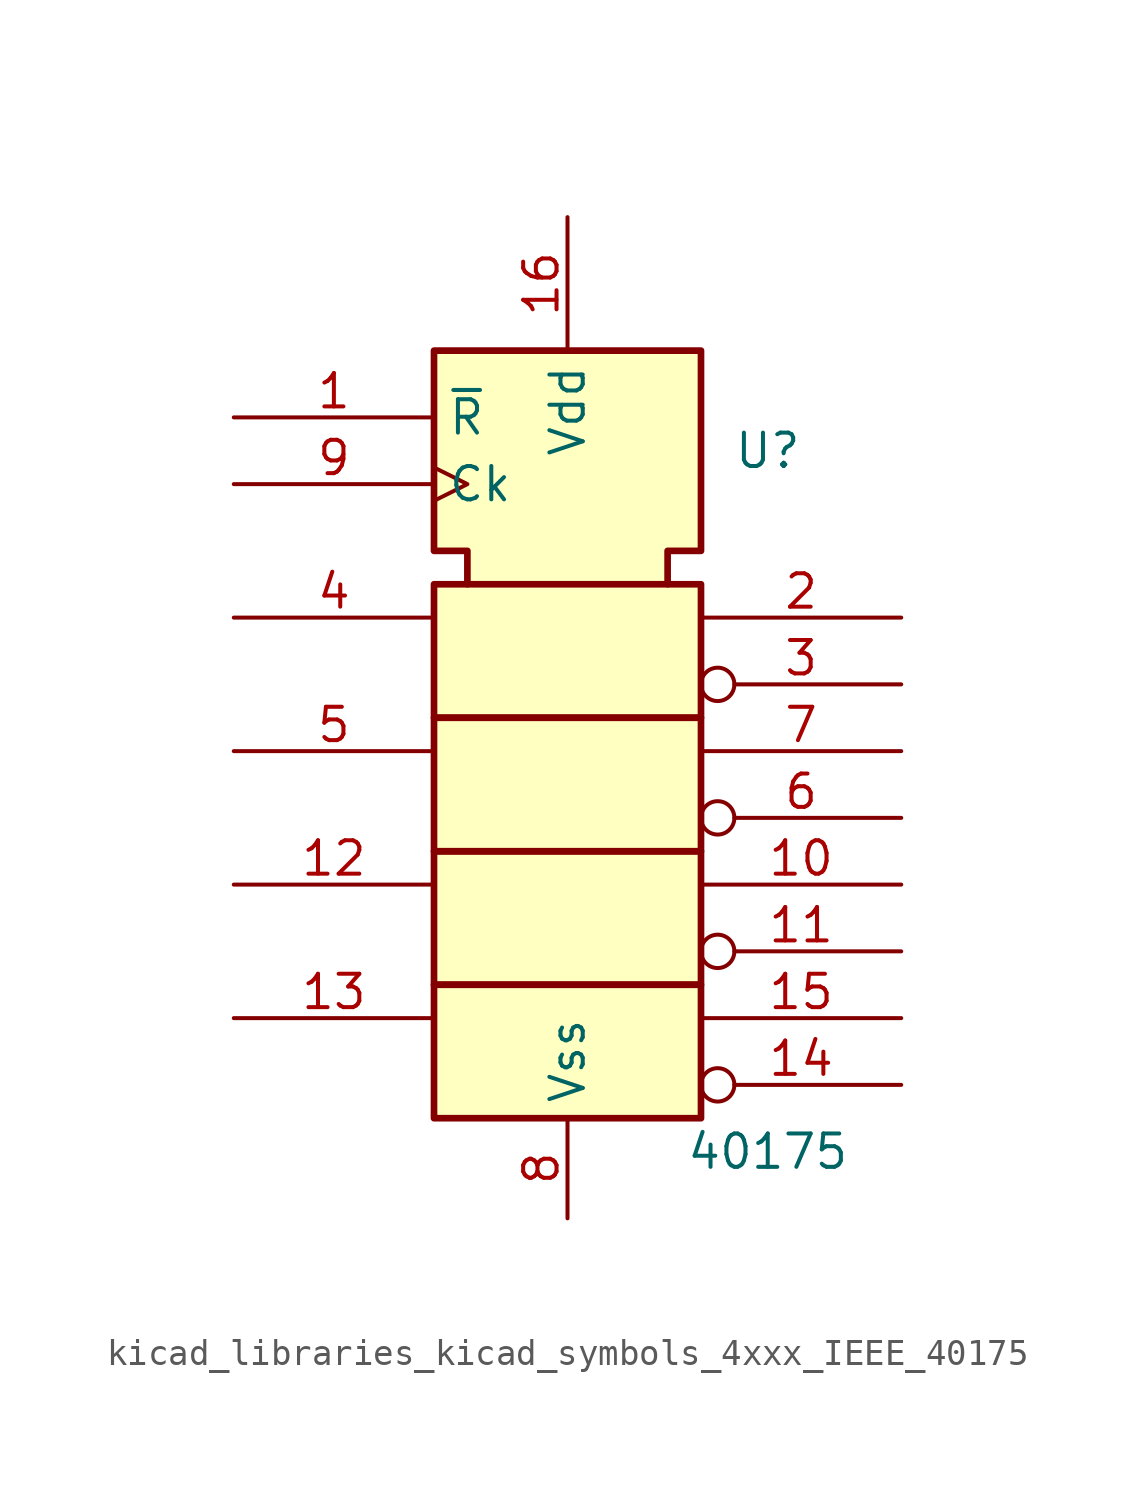
<source format=kicad_sym>
(kicad_symbol_lib
  (version 20220914)
  (generator kicad_symbol_editor)
  (symbol "kicad_libraries_kicad_symbols_4xxx_IEEE_40175"
    (property "Reference" "U"
      (at 7.62 11.43 0)
      (effects (font (size 1.27 1.27))))
    (property "Value" "40175"
      (at 7.62 -15.24 0)
      (effects (font (size 1.27 1.27))))
    (symbol "kicad_libraries_kicad_symbols_4xxx_IEEE_40175_0_1"
      (rectangle (start -5.08 -8.89) (end 5.08 -13.97) (stroke (width 0.254) (type default)) (fill (type background)))
      (rectangle (start -5.08 1.27) (end 5.08 -3.81) (stroke (width 0.254) (type default)) (fill (type background)))
      (polyline (pts (xy -3.81 6.35) (xy -3.81 7.62) (xy -5.08 7.62) (xy -5.08 15.24) (xy 5.08 15.24) (xy 5.08 7.62) (xy 3.81 7.62) (xy 3.81 6.35) (xy 3.81 6.35)) (stroke (width 0.254) (type default)) (fill (type background)))
      (rectangle (start 5.08 -3.81) (end -5.08 -8.89) (stroke (width 0.254) (type default)) (fill (type background)))
      (rectangle (start 5.08 6.35) (end -5.08 1.27) (stroke (width 0.254) (type default)) (fill (type background))))
    (symbol "kicad_libraries_kicad_symbols_4xxx_IEEE_40175_1_0"
      (pin input line (at -12.7 12.7 0) (length 7.62) (name "~{R}" (effects (font (size 1.27 1.27)))) (number "1" (effects (font (size 1.27 1.27)))))
      (pin output line (at 12.7 -5.08 180) (length 7.62) (name "~" (effects (font (size 1.27 1.27)))) (number "10" (effects (font (size 1.27 1.27)))))
      (pin output inverted (at 12.7 -7.62 180) (length 7.62) (name "~" (effects (font (size 1.27 1.27)))) (number "11" (effects (font (size 1.27 1.27)))))
      (pin input line (at -12.7 -5.08 0) (length 7.62) (name "~" (effects (font (size 1.27 1.27)))) (number "12" (effects (font (size 1.27 1.27)))))
      (pin input line (at -12.7 -10.16 0) (length 7.62) (name "~" (effects (font (size 1.27 1.27)))) (number "13" (effects (font (size 1.27 1.27)))))
      (pin output inverted (at 12.7 -12.7 180) (length 7.62) (name "~" (effects (font (size 1.27 1.27)))) (number "14" (effects (font (size 1.27 1.27)))))
      (pin output line (at 12.7 -10.16 180) (length 7.62) (name "~" (effects (font (size 1.27 1.27)))) (number "15" (effects (font (size 1.27 1.27)))))
      (pin power_in line (at 0 20.32 270) (length 5.08) (name "Vdd" (effects (font (size 1.27 1.27)))) (number "16" (effects (font (size 1.27 1.27)))))
      (pin output line (at 12.7 5.08 180) (length 7.62) (name "~" (effects (font (size 1.27 1.27)))) (number "2" (effects (font (size 1.27 1.27)))))
      (pin output inverted (at 12.7 2.54 180) (length 7.62) (name "~" (effects (font (size 1.27 1.27)))) (number "3" (effects (font (size 1.27 1.27)))))
      (pin input line (at -12.7 5.08 0) (length 7.62) (name "~" (effects (font (size 1.27 1.27)))) (number "4" (effects (font (size 1.27 1.27)))))
      (pin input line (at -12.7 0 0) (length 7.62) (name "~" (effects (font (size 1.27 1.27)))) (number "5" (effects (font (size 1.27 1.27)))))
      (pin output inverted (at 12.7 -2.54 180) (length 7.62) (name "~" (effects (font (size 1.27 1.27)))) (number "6" (effects (font (size 1.27 1.27)))))
      (pin output line (at 12.7 0 180) (length 7.62) (name "~" (effects (font (size 1.27 1.27)))) (number "7" (effects (font (size 1.27 1.27)))))
      (pin power_in line (at 0 -17.78 90) (length 3.81) (name "Vss" (effects (font (size 1.27 1.27)))) (number "8" (effects (font (size 1.27 1.27)))))
      (pin input clock (at -12.7 10.16 0) (length 7.62) (name "Ck" (effects (font (size 1.27 1.27)))) (number "9" (effects (font (size 1.27 1.27))))))))
</source>
